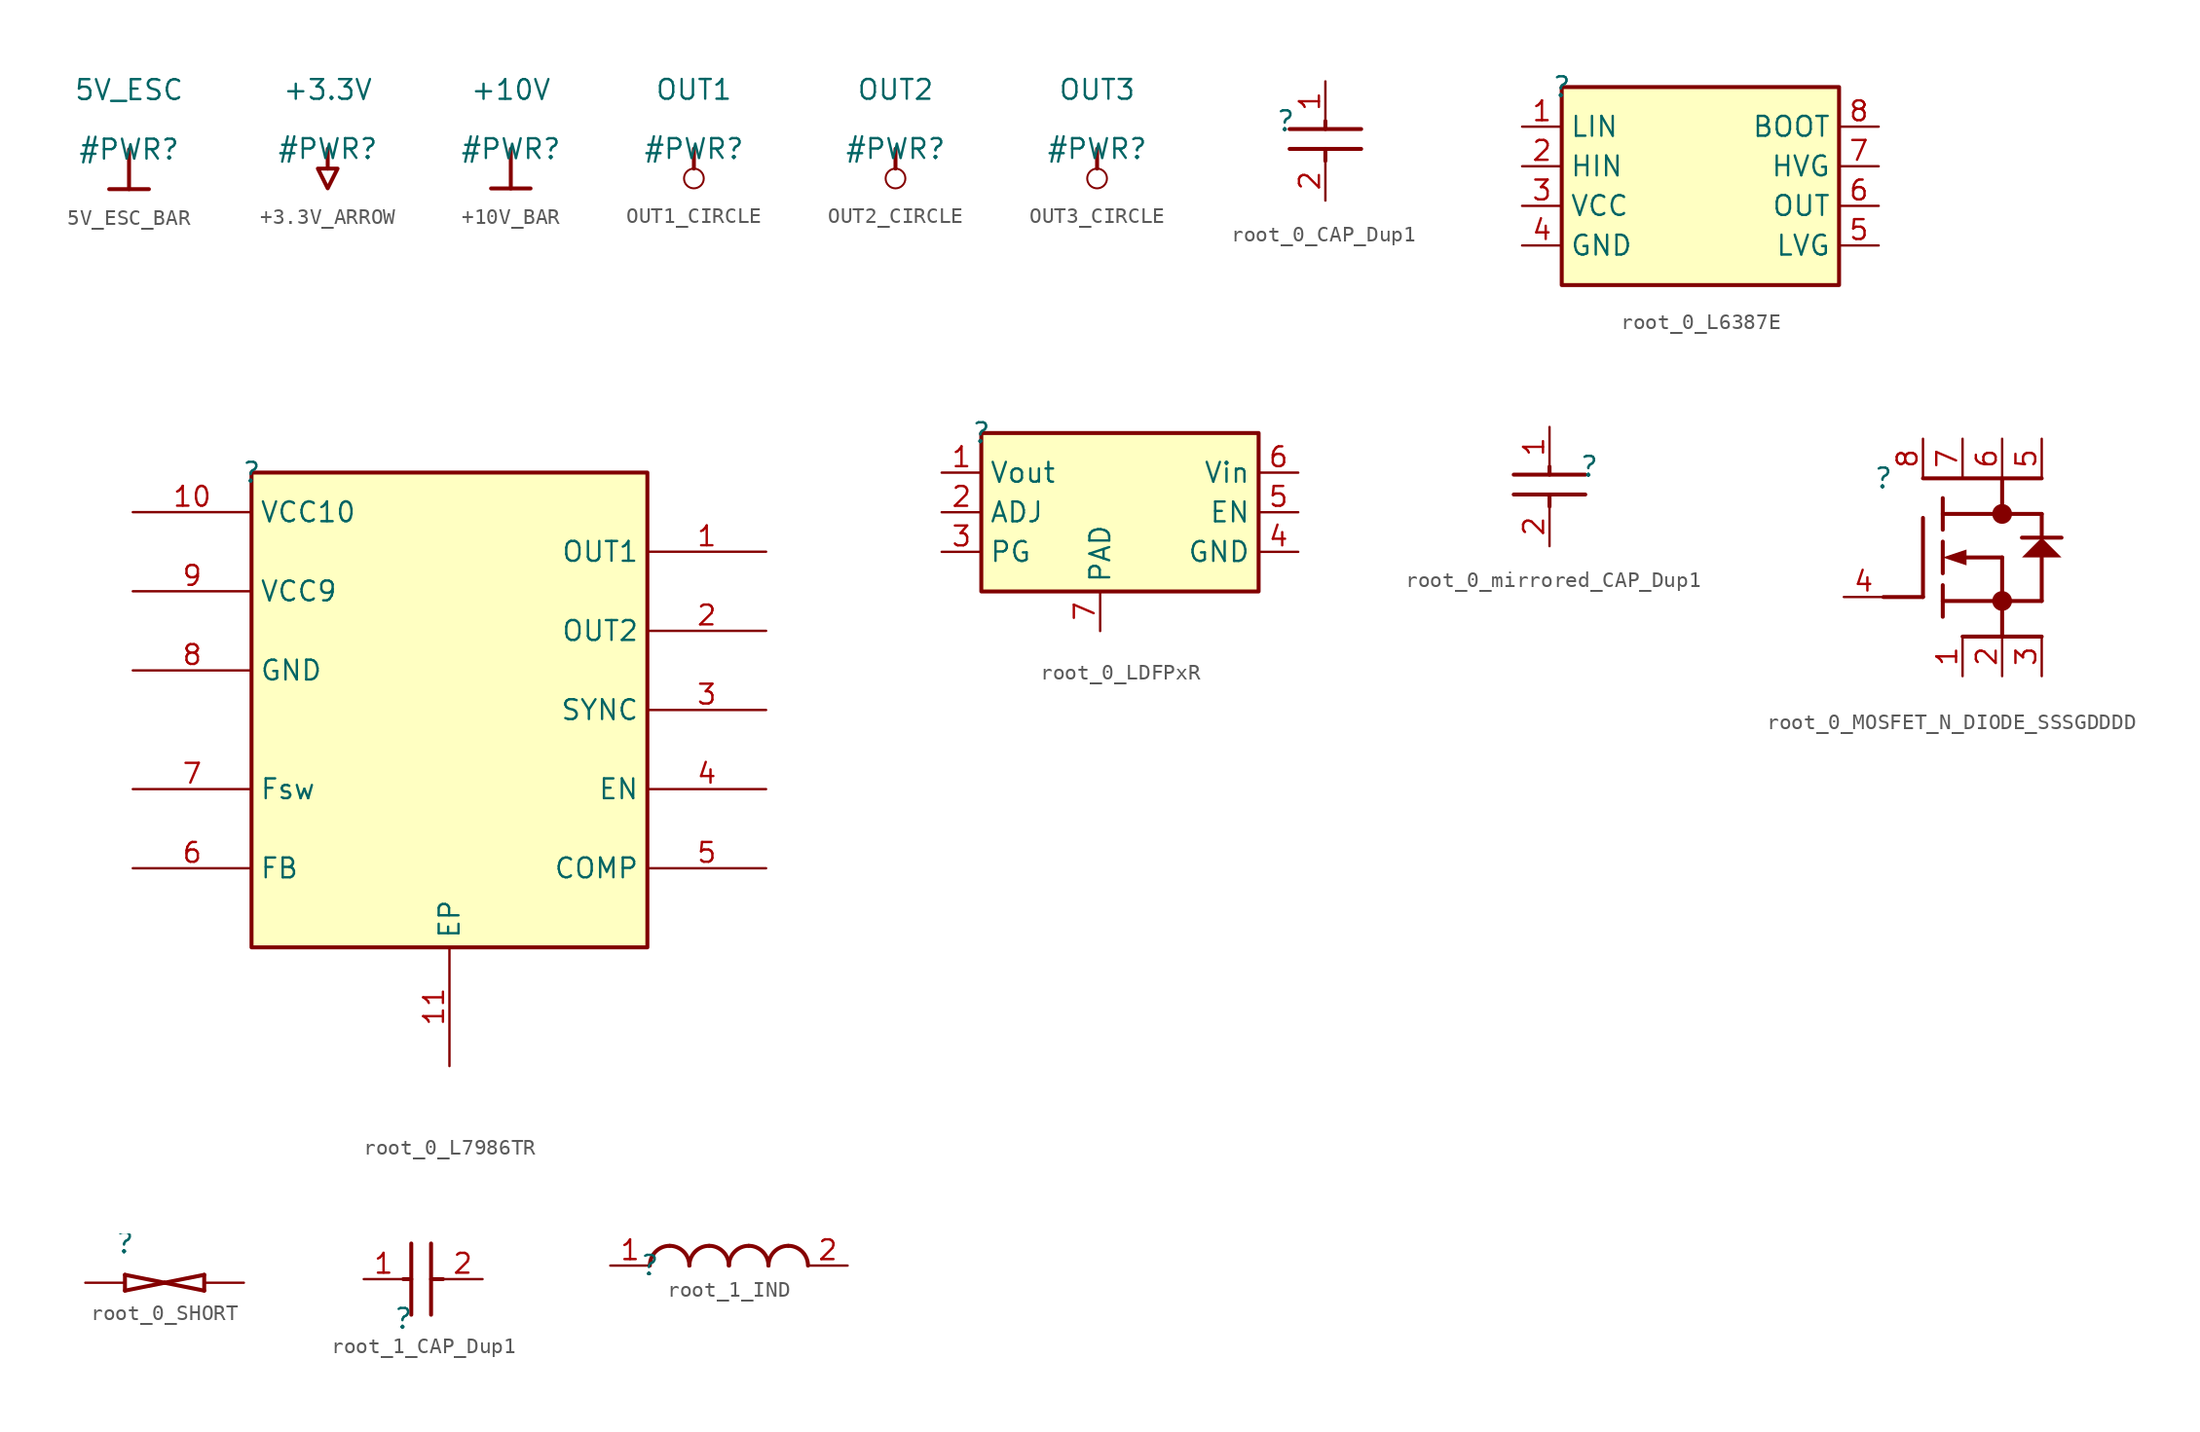
<source format=kicad_sym>
(kicad_symbol_lib
  (version 20231120)
  (generator "kicad_symbol_editor")
  (generator_version "8.0")
  (symbol "5V_ESC_BAR"
    (power)
    (property "Reference" "#PWR"
      (at 0 0 0)
      (effects (font (size 1.27 1.27))))
    (property "Value" "5V_ESC"
      (at 0 3.81 0)
      (effects (font (size 1.27 1.27))))
    (symbol "5V_ESC_BAR_0_0"
      (polyline (pts (xy -1.27 -2.54) (xy 1.27 -2.54)) (stroke (width 0.254) (type solid)) (fill (type none)))
      (polyline (pts (xy 0 0) (xy 0 -2.54)) (stroke (width 0.254) (type solid)) (fill (type none)))
      (pin power_in line (at 0 0 0) (length 0) hide (name "5V_ESC" (effects (font (size 1.27 1.27)))) (number "" (effects (font (size 1.27 1.27)))))))
  (symbol "+3.3V_ARROW"
    (power)
    (property "Reference" "#PWR"
      (at 0 0 0)
      (effects (font (size 1.27 1.27))))
    (property "Value" "+3.3V"
      (at 0 3.81 0)
      (effects (font (size 1.27 1.27))))
    (symbol "+3.3V_ARROW_0_0"
      (polyline (pts (xy 0 0) (xy 0 -1.27)) (stroke (width 0.254) (type solid)) (fill (type none)))
      (polyline (pts (xy -0.635 -1.27) (xy 0.635 -1.27) (xy 0 -2.54) (xy -0.635 -1.27)) (stroke (width 0.254) (type solid)) (fill (type none)))
      (pin power_in line (at 0 0 0) (length 0) hide (name "+3.3V" (effects (font (size 1.27 1.27)))) (number "" (effects (font (size 1.27 1.27)))))))
  (symbol "+10V_BAR"
    (power)
    (property "Reference" "#PWR"
      (at 0 0 0)
      (effects (font (size 1.27 1.27))))
    (property "Value" "+10V"
      (at 0 3.81 0)
      (effects (font (size 1.27 1.27))))
    (symbol "+10V_BAR_0_0"
      (polyline (pts (xy -1.27 -2.54) (xy 1.27 -2.54)) (stroke (width 0.254) (type solid)) (fill (type none)))
      (polyline (pts (xy 0 0) (xy 0 -2.54)) (stroke (width 0.254) (type solid)) (fill (type none)))
      (pin power_in line (at 0 0 0) (length 0) hide (name "+10V" (effects (font (size 1.27 1.27)))) (number "" (effects (font (size 1.27 1.27)))))))
  (symbol "OUT1_CIRCLE"
    (power)
    (property "Reference" "#PWR"
      (at 0 0 0)
      (effects (font (size 1.27 1.27))))
    (property "Value" "OUT1"
      (at 0 3.81 0)
      (effects (font (size 1.27 1.27))))
    (symbol "OUT1_CIRCLE_0_0"
      (circle (center 0 -1.905) (radius 0.635) (stroke (width 0.127) (type solid)) (fill (type none)))
      (polyline (pts (xy 0 0) (xy 0 -1.27)) (stroke (width 0.254) (type solid)) (fill (type none)))
      (pin power_in line (at 0 0 0) (length 0) hide (name "OUT1" (effects (font (size 1.27 1.27)))) (number "" (effects (font (size 1.27 1.27)))))))
  (symbol "OUT2_CIRCLE"
    (power)
    (property "Reference" "#PWR"
      (at 0 0 0)
      (effects (font (size 1.27 1.27))))
    (property "Value" "OUT2"
      (at 0 3.81 0)
      (effects (font (size 1.27 1.27))))
    (symbol "OUT2_CIRCLE_0_0"
      (circle (center 0 -1.905) (radius 0.635) (stroke (width 0.127) (type solid)) (fill (type none)))
      (polyline (pts (xy 0 0) (xy 0 -1.27)) (stroke (width 0.254) (type solid)) (fill (type none)))
      (pin power_in line (at 0 0 0) (length 0) hide (name "OUT2" (effects (font (size 1.27 1.27)))) (number "" (effects (font (size 1.27 1.27)))))))
  (symbol "OUT3_CIRCLE"
    (power)
    (property "Reference" "#PWR"
      (at 0 0 0)
      (effects (font (size 1.27 1.27))))
    (property "Value" "OUT3"
      (at 0 3.81 0)
      (effects (font (size 1.27 1.27))))
    (symbol "OUT3_CIRCLE_0_0"
      (circle (center 0 -1.905) (radius 0.635) (stroke (width 0.127) (type solid)) (fill (type none)))
      (polyline (pts (xy 0 0) (xy 0 -1.27)) (stroke (width 0.254) (type solid)) (fill (type none)))
      (pin power_in line (at 0 0 0) (length 0) hide (name "OUT3" (effects (font (size 1.27 1.27)))) (number "" (effects (font (size 1.27 1.27)))))))
  (symbol "root_0_CAP_Dup1"
    (property "Reference" ""
      (at 0 0 0)
      (effects (font (size 1.27 1.27))))
    (property "Value" ""
      (at 0 0 0)
      (effects (font (size 1.27 1.27))))
    (symbol "root_0_CAP_Dup1_1_0"
      (polyline (pts (xy 0.254 -1.778) (xy 4.826 -1.778)) (stroke (width 0.254) (type solid)) (fill (type none)))
      (polyline (pts (xy 0.254 -0.508) (xy 4.826 -0.508)) (stroke (width 0.254) (type solid)) (fill (type none)))
      (polyline (pts (xy 2.54 -2.54) (xy 2.54 -1.778)) (stroke (width 0.254) (type solid)) (fill (type none)))
      (polyline (pts (xy 2.54 0) (xy 2.54 -0.508)) (stroke (width 0.254) (type solid)) (fill (type none)))
      (pin passive line (at 2.54 2.54 270) (length 2.54) (name "1" (effects (font (size 0 0)))) (number "1" (effects (font (size 1.27 1.27)))))
      (pin passive line (at 2.54 -5.08 90) (length 2.54) (name "2" (effects (font (size 0 0)))) (number "2" (effects (font (size 1.27 1.27)))))))
  (symbol "root_0_L6387E"
    (property "Reference" ""
      (at 0 0 0)
      (effects (font (size 1.27 1.27))))
    (property "Value" ""
      (at 0 0 0)
      (effects (font (size 1.27 1.27))))
    (symbol "root_0_L6387E_1_0"
      (rectangle (start 17.78 0) (end 0 -12.7) (stroke (width 0.254) (type solid) (color 128 0 0 1)) (fill (type background)))
      (pin passive line (at -2.54 -2.54 0) (length 2.54) (name "LIN" (effects (font (size 1.27 1.27)))) (number "1" (effects (font (size 1.27 1.27)))))
      (pin passive line (at -2.54 -5.08 0) (length 2.54) (name "HIN" (effects (font (size 1.27 1.27)))) (number "2" (effects (font (size 1.27 1.27)))))
      (pin passive line (at -2.54 -7.62 0) (length 2.54) (name "VCC" (effects (font (size 1.27 1.27)))) (number "3" (effects (font (size 1.27 1.27)))))
      (pin passive line (at -2.54 -10.16 0) (length 2.54) (name "GND" (effects (font (size 1.27 1.27)))) (number "4" (effects (font (size 1.27 1.27)))))
      (pin passive line (at 20.32 -10.16 180) (length 2.54) (name "LVG" (effects (font (size 1.27 1.27)))) (number "5" (effects (font (size 1.27 1.27)))))
      (pin passive line (at 20.32 -7.62 180) (length 2.54) (name "OUT" (effects (font (size 1.27 1.27)))) (number "6" (effects (font (size 1.27 1.27)))))
      (pin passive line (at 20.32 -5.08 180) (length 2.54) (name "HVG" (effects (font (size 1.27 1.27)))) (number "7" (effects (font (size 1.27 1.27)))))
      (pin passive line (at 20.32 -2.54 180) (length 2.54) (name "BOOT" (effects (font (size 1.27 1.27)))) (number "8" (effects (font (size 1.27 1.27)))))))
  (symbol "root_0_L7986TR"
    (property "Reference" ""
      (at 0 0 0)
      (effects (font (size 1.27 1.27))))
    (property "Value" ""
      (at 0 0 0)
      (effects (font (size 1.27 1.27))))
    (symbol "root_0_L7986TR_1_0"
      (rectangle (start 25.4 0) (end 0 -30.48) (stroke (width 0.254) (type solid) (color 128 0 0 1)) (fill (type background)))
      (pin passive line (at 33.02 -5.08 180) (length 7.62) (name "OUT1" (effects (font (size 1.27 1.27)))) (number "1" (effects (font (size 1.27 1.27)))))
      (pin passive line (at -7.62 -2.54 0) (length 7.62) (name "VCC10" (effects (font (size 1.27 1.27)))) (number "10" (effects (font (size 1.27 1.27)))))
      (pin passive line (at 12.7 -38.1 90) (length 7.62) (name "EP" (effects (font (size 1.27 1.27)))) (number "11" (effects (font (size 1.27 1.27)))))
      (pin passive line (at 33.02 -10.16 180) (length 7.62) (name "OUT2" (effects (font (size 1.27 1.27)))) (number "2" (effects (font (size 1.27 1.27)))))
      (pin passive line (at 33.02 -15.24 180) (length 7.62) (name "SYNC" (effects (font (size 1.27 1.27)))) (number "3" (effects (font (size 1.27 1.27)))))
      (pin passive line (at 33.02 -20.32 180) (length 7.62) (name "EN" (effects (font (size 1.27 1.27)))) (number "4" (effects (font (size 1.27 1.27)))))
      (pin passive line (at 33.02 -25.4 180) (length 7.62) (name "COMP" (effects (font (size 1.27 1.27)))) (number "5" (effects (font (size 1.27 1.27)))))
      (pin passive line (at -7.62 -25.4 0) (length 7.62) (name "FB" (effects (font (size 1.27 1.27)))) (number "6" (effects (font (size 1.27 1.27)))))
      (pin passive line (at -7.62 -20.32 0) (length 7.62) (name "Fsw" (effects (font (size 1.27 1.27)))) (number "7" (effects (font (size 1.27 1.27)))))
      (pin passive line (at -7.62 -12.7 0) (length 7.62) (name "GND" (effects (font (size 1.27 1.27)))) (number "8" (effects (font (size 1.27 1.27)))))
      (pin passive line (at -7.62 -7.62 0) (length 7.62) (name "VCC9" (effects (font (size 1.27 1.27)))) (number "9" (effects (font (size 1.27 1.27)))))))
  (symbol "root_0_LDFPxR"
    (property "Reference" ""
      (at 0 0 0)
      (effects (font (size 1.27 1.27))))
    (property "Value" ""
      (at 0 0 0)
      (effects (font (size 1.27 1.27))))
    (symbol "root_0_LDFPxR_1_0"
      (rectangle (start 17.78 0) (end 0 -10.16) (stroke (width 0.254) (type solid) (color 128 0 0 1)) (fill (type background)))
      (pin passive line (at -2.54 -2.54 0) (length 2.54) (name "Vout" (effects (font (size 1.27 1.27)))) (number "1" (effects (font (size 1.27 1.27)))))
      (pin passive line (at -2.54 -5.08 0) (length 2.54) (name "ADJ" (effects (font (size 1.27 1.27)))) (number "2" (effects (font (size 1.27 1.27)))))
      (pin passive line (at -2.54 -7.62 0) (length 2.54) (name "PG" (effects (font (size 1.27 1.27)))) (number "3" (effects (font (size 1.27 1.27)))))
      (pin passive line (at 20.32 -7.62 180) (length 2.54) (name "GND" (effects (font (size 1.27 1.27)))) (number "4" (effects (font (size 1.27 1.27)))))
      (pin passive line (at 20.32 -5.08 180) (length 2.54) (name "EN" (effects (font (size 1.27 1.27)))) (number "5" (effects (font (size 1.27 1.27)))))
      (pin passive line (at 20.32 -2.54 180) (length 2.54) (name "Vin" (effects (font (size 1.27 1.27)))) (number "6" (effects (font (size 1.27 1.27)))))
      (pin passive line (at 7.62 -12.7 90) (length 2.54) (name "PAD" (effects (font (size 1.27 1.27)))) (number "7" (effects (font (size 1.27 1.27)))))))
  (symbol "root_0_mirrored_CAP_Dup1"
    (property "Reference" ""
      (at 0 0 0)
      (effects (font (size 1.27 1.27))))
    (property "Value" ""
      (at 0 0 0)
      (effects (font (size 1.27 1.27))))
    (symbol "root_0_mirrored_CAP_Dup1_1_0"
      (polyline (pts (xy -2.54 -2.54) (xy -2.54 -1.778)) (stroke (width 0.254) (type solid)) (fill (type none)))
      (polyline (pts (xy -2.54 0) (xy -2.54 -0.508)) (stroke (width 0.254) (type solid)) (fill (type none)))
      (polyline (pts (xy -0.254 -1.778) (xy -4.826 -1.778)) (stroke (width 0.254) (type solid)) (fill (type none)))
      (polyline (pts (xy -0.254 -0.508) (xy -4.826 -0.508)) (stroke (width 0.254) (type solid)) (fill (type none)))
      (pin passive line (at -2.54 2.54 270) (length 2.54) (name "1" (effects (font (size 0 0)))) (number "1" (effects (font (size 1.27 1.27)))))
      (pin passive line (at -2.54 -5.08 90) (length 2.54) (name "2" (effects (font (size 0 0)))) (number "2" (effects (font (size 1.27 1.27)))))))
  (symbol "root_0_MOSFET_N_DIODE_SSSGDDDD"
    (property "Reference" ""
      (at 0 0 0)
      (effects (font (size 1.27 1.27))))
    (property "Value" ""
      (at 0 0 0)
      (effects (font (size 1.27 1.27))))
    (symbol "root_0_MOSFET_N_DIODE_SSSGDDDD_1_0"
      (polyline (pts (xy 2.54 -7.62) (xy 0 -7.62)) (stroke (width 0.254) (type solid)) (fill (type none)))
      (polyline (pts (xy 2.54 -2.54) (xy 2.54 -7.62)) (stroke (width 0.254) (type solid)) (fill (type none)))
      (polyline (pts (xy 2.54 0) (xy 10.16 0)) (stroke (width 0.254) (type solid)) (fill (type none)))
      (polyline (pts (xy 3.81 -8.89) (xy 3.81 -6.858)) (stroke (width 0.254) (type solid)) (fill (type none)))
      (polyline (pts (xy 3.81 -7.874) (xy 10.16 -7.874)) (stroke (width 0.254) (type solid)) (fill (type none)))
      (polyline (pts (xy 3.81 -6.096) (xy 3.81 -4.064)) (stroke (width 0.254) (type solid)) (fill (type none)))
      (polyline (pts (xy 3.81 -3.302) (xy 3.81 -1.27)) (stroke (width 0.254) (type solid)) (fill (type none)))
      (polyline (pts (xy 5.08 -5.08) (xy 7.62 -5.08)) (stroke (width 0.254) (type solid)) (fill (type none)))
      (polyline (pts (xy 7.62 -5.08) (xy 7.62 -10.16)) (stroke (width 0.254) (type solid)) (fill (type none)))
      (polyline (pts (xy 7.62 0) (xy 7.62 -2.286)) (stroke (width 0.254) (type solid)) (fill (type none)))
      (polyline (pts (xy 8.89 -3.81) (xy 11.43 -3.81)) (stroke (width 0.254) (type solid)) (fill (type none)))
      (polyline (pts (xy 10.16 -10.16) (xy 5.08 -10.16)) (stroke (width 0.254) (type solid)) (fill (type none)))
      (polyline (pts (xy 10.16 -7.874) (xy 10.16 -5.08)) (stroke (width 0.254) (type solid)) (fill (type none)))
      (polyline (pts (xy 10.16 -3.81) (xy 10.16 -2.286)) (stroke (width 0.254) (type solid)) (fill (type none)))
      (polyline (pts (xy 10.16 -2.286) (xy 3.81 -2.286)) (stroke (width 0.254) (type solid)) (fill (type none)))
      (polyline (pts (xy 3.81 -5.08) (xy 5.334 -4.572) (xy 5.334 -5.588) (xy 3.81 -5.08) (xy 3.81 -5.08)) (stroke (width -0.0001) (type solid)) (fill (type outline)))
      (polyline (pts (xy 8.89 -5.08) (xy 11.43 -5.08) (xy 10.16 -3.81) (xy 8.89 -5.08) (xy 8.89 -5.08)) (stroke (width -0.0001) (type solid)) (fill (type outline)))
      (circle (center 7.62 -7.874) (radius 0.508) (stroke (width 0.254) (type solid)) (fill (type outline)))
      (circle (center 7.62 -2.286) (radius 0.508) (stroke (width 0.254) (type solid)) (fill (type outline)))
      (pin passive line (at 5.08 -12.7 90) (length 2.54) (name "S1" (effects (font (size 0 0)))) (number "1" (effects (font (size 1.27 1.27)))))
      (pin passive line (at 7.62 -12.7 90) (length 2.54) (name "S2" (effects (font (size 0 0)))) (number "2" (effects (font (size 1.27 1.27)))))
      (pin passive line (at 10.16 -12.7 90) (length 2.54) (name "S3" (effects (font (size 0 0)))) (number "3" (effects (font (size 1.27 1.27)))))
      (pin input line (at -2.54 -7.62 0) (length 2.54) (name "G" (effects (font (size 0 0)))) (number "4" (effects (font (size 1.27 1.27)))))
      (pin passive line (at 10.16 2.54 270) (length 2.54) (name "D" (effects (font (size 0 0)))) (number "5" (effects (font (size 1.27 1.27)))))
      (pin passive line (at 7.62 2.54 270) (length 2.54) (name "D6" (effects (font (size 0 0)))) (number "6" (effects (font (size 1.27 1.27)))))
      (pin passive line (at 5.08 2.54 270) (length 2.54) (name "D7" (effects (font (size 0 0)))) (number "7" (effects (font (size 1.27 1.27)))))
      (pin passive line (at 2.54 2.54 270) (length 2.54) (name "D8" (effects (font (size 0 0)))) (number "8" (effects (font (size 1.27 1.27)))))))
  (symbol "root_0_SHORT"
    (property "Reference" ""
      (at 0 0 0)
      (effects (font (size 1.27 1.27))))
    (property "Value" ""
      (at 0 0 0)
      (effects (font (size 1.27 1.27))))
    (symbol "root_0_SHORT_1_0"
      (polyline (pts (xy 0 -3.048) (xy 0 -2.032)) (stroke (width 0.254) (type solid)) (fill (type none)))
      (polyline (pts (xy 0 -3.048) (xy 2.54 -2.54)) (stroke (width 0.254) (type solid)) (fill (type none)))
      (polyline (pts (xy 0 -2.032) (xy 2.54 -2.54)) (stroke (width 0.254) (type solid)) (fill (type none)))
      (polyline (pts (xy 2.54 -2.54) (xy 5.08 -2.032)) (stroke (width 0.254) (type solid)) (fill (type none)))
      (polyline (pts (xy 5.08 -3.048) (xy 2.54 -2.54)) (stroke (width 0.254) (type solid)) (fill (type none)))
      (polyline (pts (xy 5.08 -2.032) (xy 5.08 -3.048)) (stroke (width 0.254) (type solid)) (fill (type none)))
      (pin passive line (at -2.54 -2.54 0) (length 2.54) (name "1" (effects (font (size 0 0)))) (number "1" (effects (font (size 0 0)))))
      (pin passive line (at 7.62 -2.54 180) (length 2.54) (name "2" (effects (font (size 0 0)))) (number "2" (effects (font (size 0 0)))))))
  (symbol "root_1_CAP_Dup1"
    (property "Reference" ""
      (at 0 0 0)
      (effects (font (size 1.27 1.27))))
    (property "Value" ""
      (at 0 0 0)
      (effects (font (size 1.27 1.27))))
    (symbol "root_1_CAP_Dup1_1_0"
      (polyline (pts (xy 0 2.54) (xy 0.508 2.54)) (stroke (width 0.254) (type solid)) (fill (type none)))
      (polyline (pts (xy 0.508 0.254) (xy 0.508 4.826)) (stroke (width 0.254) (type solid)) (fill (type none)))
      (polyline (pts (xy 1.778 0.254) (xy 1.778 4.826)) (stroke (width 0.254) (type solid)) (fill (type none)))
      (polyline (pts (xy 2.54 2.54) (xy 1.778 2.54)) (stroke (width 0.254) (type solid)) (fill (type none)))
      (pin passive line (at -2.54 2.54 0) (length 2.54) (name "1" (effects (font (size 0 0)))) (number "1" (effects (font (size 1.27 1.27)))))
      (pin passive line (at 5.08 2.54 180) (length 2.54) (name "2" (effects (font (size 0 0)))) (number "2" (effects (font (size 1.27 1.27)))))))
  (symbol "root_1_IND"
    (property "Reference" ""
      (at 0 0 0)
      (effects (font (size 1.27 1.27))))
    (property "Value" ""
      (at 0 0 0)
      (effects (font (size 1.27 1.27))))
    (symbol "root_1_IND_1_0"
      (arc (start 1.27 1.27) (mid 0.372 0.898) (end 0 0) (stroke (width 0.254) (type solid)) (fill (type none)))
      (arc (start 2.54 0) (mid 2.168 0.898) (end 1.27 1.27) (stroke (width 0.254) (type solid)) (fill (type none)))
      (arc (start 3.81 1.27) (mid 2.912 0.898) (end 2.54 0) (stroke (width 0.254) (type solid)) (fill (type none)))
      (arc (start 5.08 0) (mid 4.708 0.898) (end 3.81 1.27) (stroke (width 0.254) (type solid)) (fill (type none)))
      (arc (start 6.35 1.27) (mid 5.452 0.898) (end 5.08 0) (stroke (width 0.254) (type solid)) (fill (type none)))
      (arc (start 7.62 0) (mid 7.248 0.898) (end 6.35 1.27) (stroke (width 0.254) (type solid)) (fill (type none)))
      (arc (start 8.89 1.27) (mid 7.992 0.898) (end 7.62 0) (stroke (width 0.254) (type solid)) (fill (type none)))
      (arc (start 10.16 0) (mid 9.788 0.898) (end 8.89 1.27) (stroke (width 0.254) (type solid)) (fill (type none)))
      (pin passive line (at -2.54 0 0) (length 2.54) (name "1" (effects (font (size 0 0)))) (number "1" (effects (font (size 1.27 1.27)))))
      (pin passive line (at 12.7 0 180) (length 2.54) (name "2" (effects (font (size 0 0)))) (number "2" (effects (font (size 1.27 1.27))))))))
</source>
